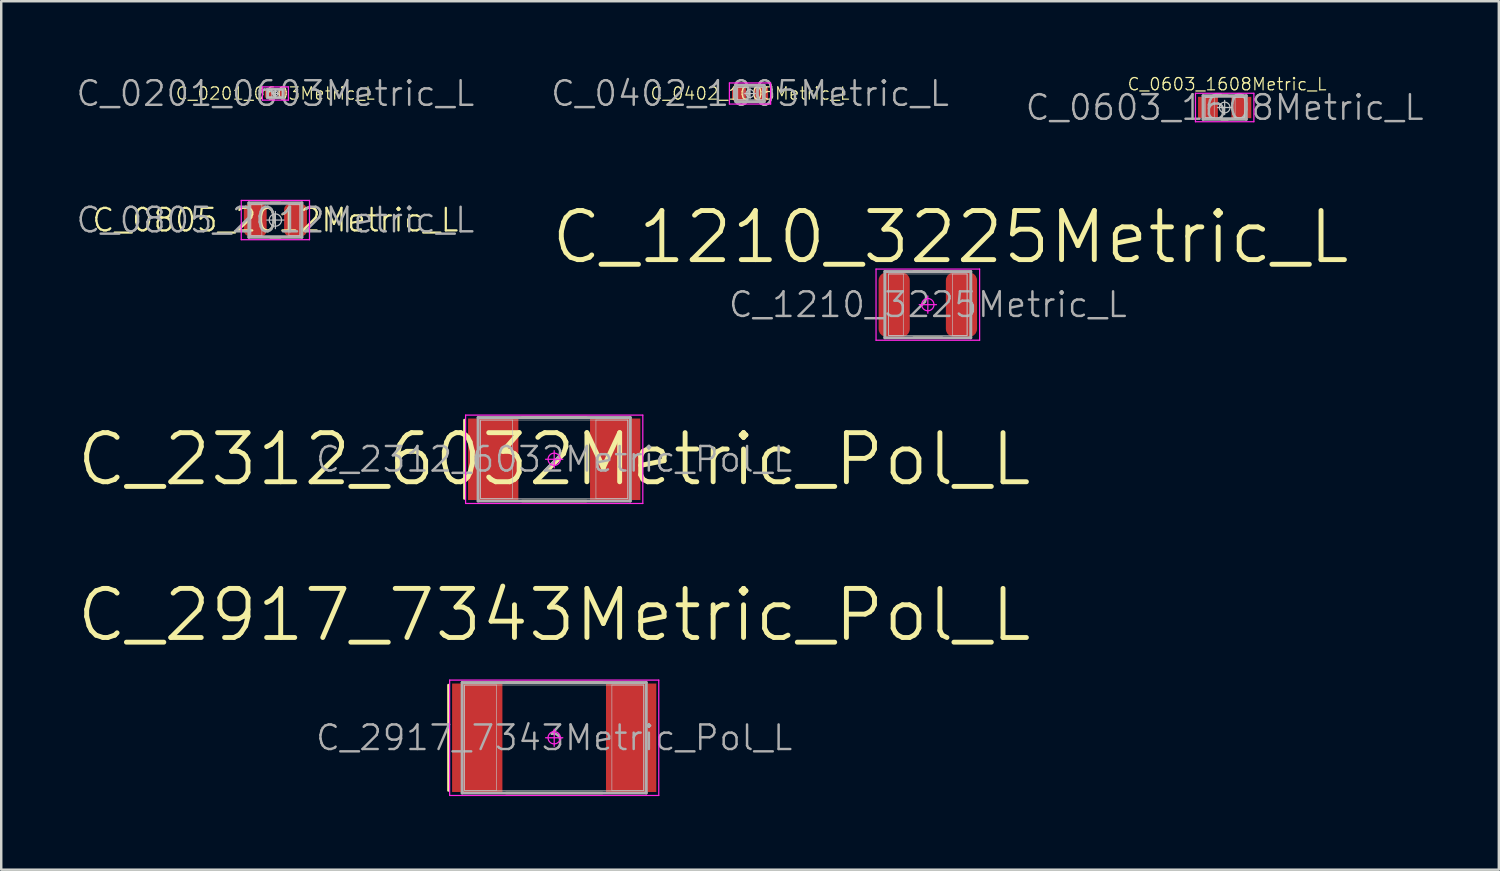
<source format=kicad_pcb>
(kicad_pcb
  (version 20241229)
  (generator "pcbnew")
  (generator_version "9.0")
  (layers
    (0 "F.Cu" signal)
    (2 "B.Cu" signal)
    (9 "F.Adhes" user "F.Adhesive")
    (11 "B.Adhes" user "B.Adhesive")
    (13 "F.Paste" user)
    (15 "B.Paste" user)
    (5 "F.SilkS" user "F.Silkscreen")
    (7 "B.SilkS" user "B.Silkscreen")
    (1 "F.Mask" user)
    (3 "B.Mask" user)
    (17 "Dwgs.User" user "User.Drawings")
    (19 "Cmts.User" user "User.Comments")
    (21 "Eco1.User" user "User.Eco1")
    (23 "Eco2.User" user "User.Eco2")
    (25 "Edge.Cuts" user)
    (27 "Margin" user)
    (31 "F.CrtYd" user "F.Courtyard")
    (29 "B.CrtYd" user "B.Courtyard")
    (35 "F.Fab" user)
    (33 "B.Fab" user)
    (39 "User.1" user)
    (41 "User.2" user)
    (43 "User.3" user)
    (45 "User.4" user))
  (footprint "C_2312_6032Metric_Pol_L"
    (layer "F.Cu")
    (at 19.529 15.662)
    (property "Reference" "C_2312_6032Metric_Pol_L" (at 0 0 0) (layer "F.Fab") (effects (font (size 1 1) (thickness 0.1))))
    (attr smd)
    (fp_line (start -3.66 1.6) (end -3.66 -1.6) (stroke (width 0.1) (type solid)) (layer "F.SilkS"))
    (fp_line (start -1.31 -1.7) (end 1.31 -1.7) (stroke (width 0.1) (type solid)) (layer "F.SilkS"))
    (fp_line (start -1.31 1.7) (end 1.31 1.7) (stroke (width 0.1) (type solid)) (layer "F.SilkS"))
    (fp_line (start -3 -1.6) (end -1.7 -1.6) (stroke (width 0.025) (type solid)) (layer "Dwgs.User"))
    (fp_line (start -3 -1.6) (end 3 -1.6) (stroke (width 0.025) (type solid)) (layer "Dwgs.User"))
    (fp_line (start -3 1.6) (end -3 -1.6) (stroke (width 0.025) (type solid)) (layer "Dwgs.User"))
    (fp_line (start -3 1.6) (end -3 -1.6) (stroke (width 0.025) (type solid)) (layer "Dwgs.User"))
    (fp_line (start -1.7 -1.6) (end -1.7 1.6) (stroke (width 0.025) (type solid)) (layer "Dwgs.User"))
    (fp_line (start -1.7 1.6) (end -3 1.6) (stroke (width 0.025) (type solid)) (layer "Dwgs.User"))
    (fp_line (start 1.7 -1.6) (end 3 -1.6) (stroke (width 0.025) (type solid)) (layer "Dwgs.User"))
    (fp_line (start 1.7 1.6) (end 1.7 -1.6) (stroke (width 0.025) (type solid)) (layer "Dwgs.User"))
    (fp_line (start 3 -1.6) (end 3 1.6) (stroke (width 0.025) (type solid)) (layer "Dwgs.User"))
    (fp_line (start 3 -1.6) (end 3 1.6) (stroke (width 0.025) (type solid)) (layer "Dwgs.User"))
    (fp_line (start 3 1.6) (end -3 1.6) (stroke (width 0.025) (type solid)) (layer "Dwgs.User"))
    (fp_line (start 3 1.6) (end 1.7 1.6) (stroke (width 0.025) (type solid)) (layer "Dwgs.User"))
    (fp_line (start -3.61 -1.8) (end 3.61 -1.8) (stroke (width 0.05) (type solid)) (layer "F.CrtYd"))
    (fp_line (start -3.61 1.8) (end -3.61 -1.8) (stroke (width 0.05) (type solid)) (layer "F.CrtYd"))
    (fp_line (start 0 -0.35) (end 0 0.35) (stroke (width 0.05) (type solid)) (layer "F.CrtYd"))
    (fp_line (start 0.35 0) (end -0.35 0) (stroke (width 0.05) (type solid)) (layer "F.CrtYd"))
    (fp_line (start 3.61 -1.8) (end 3.61 1.8) (stroke (width 0.05) (type solid)) (layer "F.CrtYd"))
    (fp_line (start 3.61 1.8) (end -3.61 1.8) (stroke (width 0.05) (type solid)) (layer "F.CrtYd"))
    (fp_circle (center 0 0) (end 0 0.25) (stroke (width 0.05) (type solid)) (fill no) (layer "F.CrtYd"))
    (fp_line (start -3.1 -1.7) (end 3.1 -1.7) (stroke (width 0.12) (type solid)) (layer "F.Fab"))
    (fp_line (start -3.1 1.7) (end -3.1 -1.7) (stroke (width 0.12) (type solid)) (layer "F.Fab"))
    (fp_line (start 3.1 -1.7) (end 3.1 1.7) (stroke (width 0.12) (type solid)) (layer "F.Fab"))
    (fp_line (start 3.1 1.7) (end -3.1 1.7) (stroke (width 0.12) (type solid)) (layer "F.Fab"))
    (fp_text user "${REFERENCE}" (at 0 0 0) (layer "F.SilkS") (effects (font (size 2 2) (thickness 0.2))))
    (pad "1" smd rect (at -2.485 0) (size 2.05 3.32) (layers "F.Cu" "F.Mask" "F.Paste"))
    (pad "2" smd rect (at 2.485 0) (size 2.05 3.32) (layers "F.Cu" "F.Mask" "F.Paste")))
  (footprint "C_0603_1608Metric_L"
    (layer "F.Cu")
    (at 46.845 1.33)
    (property "Reference" "C_0603_1608Metric_L" (at 0 0 0) (layer "F.Fab") (effects (font (size 1 1) (thickness 0.1))))
    (attr smd)
    (fp_line (start -0.125 -0.48) (end 0.125 -0.48) (stroke (width 0.1) (type solid)) (layer "F.SilkS"))
    (fp_line (start -0.125 0.48) (end 0.125 0.48) (stroke (width 0.1) (type solid)) (layer "F.SilkS"))
    (fp_line (start -0.8 -0.4) (end -0.425 -0.4) (stroke (width 0.025) (type solid)) (layer "Dwgs.User"))
    (fp_line (start -0.8 -0.4) (end 0.8 -0.4) (stroke (width 0.025) (type solid)) (layer "Dwgs.User"))
    (fp_line (start -0.8 0.4) (end -0.8 -0.4) (stroke (width 0.025) (type solid)) (layer "Dwgs.User"))
    (fp_line (start -0.8 0.4) (end -0.8 -0.4) (stroke (width 0.025) (type solid)) (layer "Dwgs.User"))
    (fp_line (start -0.425 -0.4) (end -0.425 0.4) (stroke (width 0.025) (type solid)) (layer "Dwgs.User"))
    (fp_line (start -0.425 0.4) (end -0.8 0.4) (stroke (width 0.025) (type solid)) (layer "Dwgs.User"))
    (fp_line (start 0 -0.29) (end 0 0.29) (stroke (width 0.05) (type solid)) (layer "Dwgs.User"))
    (fp_line (start 0.29 0) (end -0.29 0) (stroke (width 0.05) (type solid)) (layer "Dwgs.User"))
    (fp_line (start 0.425 -0.4) (end 0.8 -0.4) (stroke (width 0.025) (type solid)) (layer "Dwgs.User"))
    (fp_line (start 0.425 0.4) (end 0.425 -0.4) (stroke (width 0.025) (type solid)) (layer "Dwgs.User"))
    (fp_line (start 0.8 -0.4) (end 0.8 0.4) (stroke (width 0.025) (type solid)) (layer "Dwgs.User"))
    (fp_line (start 0.8 -0.4) (end 0.8 0.4) (stroke (width 0.025) (type solid)) (layer "Dwgs.User"))
    (fp_line (start 0.8 0.4) (end -0.8 0.4) (stroke (width 0.025) (type solid)) (layer "Dwgs.User"))
    (fp_line (start 0.8 0.4) (end 0.425 0.4) (stroke (width 0.025) (type solid)) (layer "Dwgs.User"))
    (fp_circle (center 0 0) (end 0.217 0) (stroke (width 0.05) (type solid)) (fill no) (layer "Dwgs.User"))
    (fp_line (start -1.19 -0.58) (end 1.19 -0.58) (stroke (width 0.05) (type solid)) (layer "F.CrtYd"))
    (fp_line (start -1.19 0.58) (end -1.19 -0.58) (stroke (width 0.05) (type solid)) (layer "F.CrtYd"))
    (fp_line (start 1.19 -0.58) (end 1.19 0.58) (stroke (width 0.05) (type solid)) (layer "F.CrtYd"))
    (fp_line (start 1.19 0.58) (end -1.19 0.58) (stroke (width 0.05) (type solid)) (layer "F.CrtYd"))
    (fp_line (start -0.88 -0.48) (end 0.88 -0.48) (stroke (width 0.12) (type solid)) (layer "F.Fab"))
    (fp_line (start -0.88 0.48) (end -0.88 -0.48) (stroke (width 0.12) (type solid)) (layer "F.Fab"))
    (fp_line (start 0.88 -0.48) (end 0.88 0.48) (stroke (width 0.12) (type solid)) (layer "F.Fab"))
    (fp_line (start 0.88 0.48) (end -0.88 0.48) (stroke (width 0.12) (type solid)) (layer "F.Fab"))
    (fp_text user "${REFERENCE}" (at 0.1 -0.95 0) (layer "F.SilkS") (effects (font (size 0.5 0.5) (thickness 0.05))))
    (pad "1" smd rect (at -0.68 0) (size 0.81 0.87) (layers "F.Cu" "F.Mask" "F.Paste"))
    (pad "2" smd rect (at 0.68 0) (size 0.81 0.87) (layers "F.Cu" "F.Mask" "F.Paste")))
  (footprint "C_1210_3225Metric_L"
    (layer "F.Cu")
    (at 34.751 9.362)
    (property "Reference" "C_1210_3225Metric_L" (at 0 0 0) (layer "F.Fab") (effects (font (size 1 1) (thickness 0.1))))
    (attr smd)
    (fp_line (start -0.585 -1.35) (end 0.585 -1.35) (stroke (width 0.1) (type solid)) (layer "F.SilkS"))
    (fp_line (start -0.585 1.35) (end 0.585 1.35) (stroke (width 0.1) (type solid)) (layer "F.SilkS"))
    (fp_line (start -1.6 -1.25) (end -1 -1.25) (stroke (width 0.025) (type solid)) (layer "Dwgs.User"))
    (fp_line (start -1.6 -1.25) (end 1.6 -1.25) (stroke (width 0.025) (type solid)) (layer "Dwgs.User"))
    (fp_line (start -1.6 1.25) (end -1.6 -1.25) (stroke (width 0.025) (type solid)) (layer "Dwgs.User"))
    (fp_line (start -1.6 1.25) (end -1.6 -1.25) (stroke (width 0.025) (type solid)) (layer "Dwgs.User"))
    (fp_line (start -1 -1.25) (end -1 1.25) (stroke (width 0.025) (type solid)) (layer "Dwgs.User"))
    (fp_line (start -1 1.25) (end -1.6 1.25) (stroke (width 0.025) (type solid)) (layer "Dwgs.User"))
    (fp_line (start 1 -1.25) (end 1.6 -1.25) (stroke (width 0.025) (type solid)) (layer "Dwgs.User"))
    (fp_line (start 1 1.25) (end 1 -1.25) (stroke (width 0.025) (type solid)) (layer "Dwgs.User"))
    (fp_line (start 1.6 -1.25) (end 1.6 1.25) (stroke (width 0.025) (type solid)) (layer "Dwgs.User"))
    (fp_line (start 1.6 -1.25) (end 1.6 1.25) (stroke (width 0.025) (type solid)) (layer "Dwgs.User"))
    (fp_line (start 1.6 1.25) (end -1.6 1.25) (stroke (width 0.025) (type solid)) (layer "Dwgs.User"))
    (fp_line (start 1.6 1.25) (end 1 1.25) (stroke (width 0.025) (type solid)) (layer "Dwgs.User"))
    (fp_line (start -2.11 -1.45) (end 2.11 -1.45) (stroke (width 0.05) (type solid)) (layer "F.CrtYd"))
    (fp_line (start -2.11 1.45) (end -2.11 -1.45) (stroke (width 0.05) (type solid)) (layer "F.CrtYd"))
    (fp_line (start 0 -0.35) (end 0 0.35) (stroke (width 0.05) (type solid)) (layer "F.CrtYd"))
    (fp_line (start 0.35 0) (end -0.35 0) (stroke (width 0.05) (type solid)) (layer "F.CrtYd"))
    (fp_line (start 2.11 -1.45) (end 2.11 1.45) (stroke (width 0.05) (type solid)) (layer "F.CrtYd"))
    (fp_line (start 2.11 1.45) (end -2.11 1.45) (stroke (width 0.05) (type solid)) (layer "F.CrtYd"))
    (fp_circle (center 0 0) (end 0 0.25) (stroke (width 0.05) (type solid)) (fill no) (layer "F.CrtYd"))
    (fp_line (start -1.75 -1.35) (end 1.75 -1.35) (stroke (width 0.12) (type solid)) (layer "F.Fab"))
    (fp_line (start -1.75 1.35) (end -1.75 -1.35) (stroke (width 0.12) (type solid)) (layer "F.Fab"))
    (fp_line (start 1.75 -1.35) (end 1.75 1.35) (stroke (width 0.12) (type solid)) (layer "F.Fab"))
    (fp_line (start 1.75 1.35) (end -1.75 1.35) (stroke (width 0.12) (type solid)) (layer "F.Fab"))
    (fp_text user "${REFERENCE}" (at 0.925 -2.75 0) (layer "F.SilkS") (effects (font (size 2 2) (thickness 0.2))))
    (pad "1" smd roundrect (at -1.37 0) (size 1.27 2.62) (layers "F.Cu" "F.Mask" "F.Paste") (roundrect_rratio 0.25))
    (pad "2" smd roundrect (at 1.37 0) (size 1.27 2.62) (layers "F.Cu" "F.Mask" "F.Paste") (roundrect_rratio 0.25)))
  (footprint "C_0201_0603Metric_L"
    (layer "F.Cu")
    (at 8.169 0.76)
    (property "Reference" "C_0201_0603Metric_L" (at 0 0 0) (layer "F.Fab") (effects (font (size 1 1) (thickness 0.1))))
    (attr smd)
    (fp_line (start -0.3 -0.15) (end -0.15 -0.15) (stroke (width 0.025) (type solid)) (layer "Dwgs.User"))
    (fp_line (start -0.3 -0.15) (end 0.3 -0.15) (stroke (width 0.025) (type solid)) (layer "Dwgs.User"))
    (fp_line (start -0.3 0.15) (end -0.3 -0.15) (stroke (width 0.025) (type solid)) (layer "Dwgs.User"))
    (fp_line (start -0.3 0.15) (end -0.3 -0.15) (stroke (width 0.025) (type solid)) (layer "Dwgs.User"))
    (fp_line (start -0.15 -0.15) (end -0.15 0.15) (stroke (width 0.025) (type solid)) (layer "Dwgs.User"))
    (fp_line (start -0.15 0.15) (end -0.3 0.15) (stroke (width 0.025) (type solid)) (layer "Dwgs.User"))
    (fp_line (start 0 -0.135) (end 0 0.135) (stroke (width 0.05) (type solid)) (layer "Dwgs.User"))
    (fp_line (start 0.135 0) (end -0.135 0) (stroke (width 0.05) (type solid)) (layer "Dwgs.User"))
    (fp_line (start 0.15 -0.15) (end 0.3 -0.15) (stroke (width 0.025) (type solid)) (layer "Dwgs.User"))
    (fp_line (start 0.15 0.15) (end 0.15 -0.15) (stroke (width 0.025) (type solid)) (layer "Dwgs.User"))
    (fp_line (start 0.3 -0.15) (end 0.3 0.15) (stroke (width 0.025) (type solid)) (layer "Dwgs.User"))
    (fp_line (start 0.3 -0.15) (end 0.3 0.15) (stroke (width 0.025) (type solid)) (layer "Dwgs.User"))
    (fp_line (start 0.3 0.15) (end -0.3 0.15) (stroke (width 0.025) (type solid)) (layer "Dwgs.User"))
    (fp_line (start 0.3 0.15) (end 0.15 0.15) (stroke (width 0.025) (type solid)) (layer "Dwgs.User"))
    (fp_circle (center 0 0) (end 0.101 0) (stroke (width 0.05) (type solid)) (fill no) (layer "Dwgs.User"))
    (fp_line (start -0.53 -0.27) (end 0.53 -0.27) (stroke (width 0.05) (type solid)) (layer "F.CrtYd"))
    (fp_line (start -0.53 0.27) (end -0.53 -0.27) (stroke (width 0.05) (type solid)) (layer "F.CrtYd"))
    (fp_line (start 0.53 -0.27) (end 0.53 0.27) (stroke (width 0.05) (type solid)) (layer "F.CrtYd"))
    (fp_line (start 0.53 0.27) (end -0.53 0.27) (stroke (width 0.05) (type solid)) (layer "F.CrtYd"))
    (fp_line (start -0.32 -0.17) (end 0.32 -0.17) (stroke (width 0.12) (type solid)) (layer "F.Fab"))
    (fp_line (start -0.32 0.17) (end -0.32 -0.17) (stroke (width 0.12) (type solid)) (layer "F.Fab"))
    (fp_line (start 0.32 -0.17) (end 0.32 0.17) (stroke (width 0.12) (type solid)) (layer "F.Fab"))
    (fp_line (start 0.32 0.17) (end -0.32 0.17) (stroke (width 0.12) (type solid)) (layer "F.Fab"))
    (fp_text user "${REFERENCE}" (at 0 0 0) (layer "F.SilkS") (effects (font (size 0.5 0.5) (thickness 0.05))))
    (pad "1" smd rect (at -0.275 0) (size 0.31 0.34) (layers "F.Cu" "F.Mask" "F.Paste"))
    (pad "2" smd rect (at 0.275 0) (size 0.31 0.34) (layers "F.Cu" "F.Mask" "F.Paste")))
  (footprint "C_0402_1005Metric_L"
    (layer "F.Cu")
    (at 27.507 0.76)
    (property "Reference" "C_0402_1005Metric_L" (at 0 0 0) (layer "F.Fab") (effects (font (size 1 1) (thickness 0.1))))
    (attr smd)
    (fp_line (start -0.5 -0.25) (end -0.25 -0.25) (stroke (width 0.025) (type solid)) (layer "Dwgs.User"))
    (fp_line (start -0.5 -0.25) (end 0.5 -0.25) (stroke (width 0.025) (type solid)) (layer "Dwgs.User"))
    (fp_line (start -0.5 0.25) (end -0.5 -0.25) (stroke (width 0.025) (type solid)) (layer "Dwgs.User"))
    (fp_line (start -0.5 0.25) (end -0.5 -0.25) (stroke (width 0.025) (type solid)) (layer "Dwgs.User"))
    (fp_line (start -0.25 -0.25) (end -0.25 0.25) (stroke (width 0.025) (type solid)) (layer "Dwgs.User"))
    (fp_line (start -0.25 0.25) (end -0.5 0.25) (stroke (width 0.025) (type solid)) (layer "Dwgs.User"))
    (fp_line (start 0 -0.215) (end 0 0.215) (stroke (width 0.05) (type solid)) (layer "Dwgs.User"))
    (fp_line (start 0.215 0) (end -0.215 0) (stroke (width 0.05) (type solid)) (layer "Dwgs.User"))
    (fp_line (start 0.25 -0.25) (end 0.5 -0.25) (stroke (width 0.025) (type solid)) (layer "Dwgs.User"))
    (fp_line (start 0.25 0.25) (end 0.25 -0.25) (stroke (width 0.025) (type solid)) (layer "Dwgs.User"))
    (fp_line (start 0.5 -0.25) (end 0.5 0.25) (stroke (width 0.025) (type solid)) (layer "Dwgs.User"))
    (fp_line (start 0.5 -0.25) (end 0.5 0.25) (stroke (width 0.025) (type solid)) (layer "Dwgs.User"))
    (fp_line (start 0.5 0.25) (end -0.5 0.25) (stroke (width 0.025) (type solid)) (layer "Dwgs.User"))
    (fp_line (start 0.5 0.25) (end 0.25 0.25) (stroke (width 0.025) (type solid)) (layer "Dwgs.User"))
    (fp_circle (center 0 0) (end 0.161 0) (stroke (width 0.05) (type solid)) (fill no) (layer "Dwgs.User"))
    (fp_line (start -0.84 -0.43) (end 0.84 -0.43) (stroke (width 0.05) (type solid)) (layer "F.CrtYd"))
    (fp_line (start -0.84 0.43) (end -0.84 -0.43) (stroke (width 0.05) (type solid)) (layer "F.CrtYd"))
    (fp_line (start 0.84 -0.43) (end 0.84 0.43) (stroke (width 0.05) (type solid)) (layer "F.CrtYd"))
    (fp_line (start 0.84 0.43) (end -0.84 0.43) (stroke (width 0.05) (type solid)) (layer "F.CrtYd"))
    (fp_line (start -0.58 -0.33) (end 0.58 -0.33) (stroke (width 0.12) (type solid)) (layer "F.Fab"))
    (fp_line (start -0.58 0.33) (end -0.58 -0.33) (stroke (width 0.12) (type solid)) (layer "F.Fab"))
    (fp_line (start 0.58 -0.33) (end 0.58 0.33) (stroke (width 0.12) (type solid)) (layer "F.Fab"))
    (fp_line (start 0.58 0.33) (end -0.58 0.33) (stroke (width 0.12) (type solid)) (layer "F.Fab"))
    (fp_text user "${REFERENCE}" (at 0 0 0) (layer "F.SilkS") (effects (font (size 0.5 0.5) (thickness 0.05))))
    (pad "1" smd roundrect (at -0.445 0) (size 0.58 0.63) (layers "F.Cu" "F.Mask" "F.Paste") (roundrect_rratio 0.25))
    (pad "2" smd roundrect (at 0.445 0) (size 0.58 0.63) (layers "F.Cu" "F.Mask" "F.Paste") (roundrect_rratio 0.25)))
  (footprint "C_2917_7343Metric_Pol_L"
    (layer "F.Cu")
    (at 19.529 27.008)
    (property "Reference" "C_2917_7343Metric_Pol_L" (at 0 0 0) (layer "F.Fab") (effects (font (size 1 1) (thickness 0.1))))
    (attr smd)
    (fp_line (start -4.31 2.15) (end -4.31 -2.15) (stroke (width 0.1) (type solid)) (layer "F.SilkS"))
    (fp_line (start -1.96 -2.25) (end 1.96 -2.25) (stroke (width 0.1) (type solid)) (layer "F.SilkS"))
    (fp_line (start -1.96 2.25) (end 1.96 2.25) (stroke (width 0.1) (type solid)) (layer "F.SilkS"))
    (fp_line (start -3.65 -2.15) (end -2.35 -2.15) (stroke (width 0.025) (type solid)) (layer "Dwgs.User"))
    (fp_line (start -3.65 -2.15) (end 3.65 -2.15) (stroke (width 0.025) (type solid)) (layer "Dwgs.User"))
    (fp_line (start -3.65 2.15) (end -3.65 -2.15) (stroke (width 0.025) (type solid)) (layer "Dwgs.User"))
    (fp_line (start -3.65 2.15) (end -3.65 -2.15) (stroke (width 0.025) (type solid)) (layer "Dwgs.User"))
    (fp_line (start -2.35 -2.15) (end -2.35 2.15) (stroke (width 0.025) (type solid)) (layer "Dwgs.User"))
    (fp_line (start -2.35 2.15) (end -3.65 2.15) (stroke (width 0.025) (type solid)) (layer "Dwgs.User"))
    (fp_line (start 2.35 -2.15) (end 3.65 -2.15) (stroke (width 0.025) (type solid)) (layer "Dwgs.User"))
    (fp_line (start 2.35 2.15) (end 2.35 -2.15) (stroke (width 0.025) (type solid)) (layer "Dwgs.User"))
    (fp_line (start 3.65 -2.15) (end 3.65 2.15) (stroke (width 0.025) (type solid)) (layer "Dwgs.User"))
    (fp_line (start 3.65 -2.15) (end 3.65 2.15) (stroke (width 0.025) (type solid)) (layer "Dwgs.User"))
    (fp_line (start 3.65 2.15) (end -3.65 2.15) (stroke (width 0.025) (type solid)) (layer "Dwgs.User"))
    (fp_line (start 3.65 2.15) (end 2.35 2.15) (stroke (width 0.025) (type solid)) (layer "Dwgs.User"))
    (fp_line (start -4.26 -2.35) (end 4.26 -2.35) (stroke (width 0.05) (type solid)) (layer "F.CrtYd"))
    (fp_line (start -4.26 2.35) (end -4.26 -2.35) (stroke (width 0.05) (type solid)) (layer "F.CrtYd"))
    (fp_line (start 0 -0.35) (end 0 0.35) (stroke (width 0.05) (type solid)) (layer "F.CrtYd"))
    (fp_line (start 0.35 0) (end -0.35 0) (stroke (width 0.05) (type solid)) (layer "F.CrtYd"))
    (fp_line (start 4.26 -2.35) (end 4.26 2.35) (stroke (width 0.05) (type solid)) (layer "F.CrtYd"))
    (fp_line (start 4.26 2.35) (end -4.26 2.35) (stroke (width 0.05) (type solid)) (layer "F.CrtYd"))
    (fp_circle (center 0 0) (end 0 0.25) (stroke (width 0.05) (type solid)) (fill no) (layer "F.CrtYd"))
    (fp_line (start -3.75 -2.25) (end 3.75 -2.25) (stroke (width 0.12) (type solid)) (layer "F.Fab"))
    (fp_line (start -3.75 2.25) (end -3.75 -2.25) (stroke (width 0.12) (type solid)) (layer "F.Fab"))
    (fp_line (start 3.75 -2.25) (end 3.75 2.25) (stroke (width 0.12) (type solid)) (layer "F.Fab"))
    (fp_line (start 3.75 2.25) (end -3.75 2.25) (stroke (width 0.12) (type solid)) (layer "F.Fab"))
    (fp_text user "${REFERENCE}" (at 0 -5 0) (layer "F.SilkS") (effects (font (size 2 2) (thickness 0.2))))
    (pad "1" smd rect (at -3.135 0) (size 2.05 4.42) (layers "F.Cu" "F.Mask" "F.Paste"))
    (pad "2" smd rect (at 3.135 0) (size 2.05 4.42) (layers "F.Cu" "F.Mask" "F.Paste")))
  (footprint "C_0805_2012Metric_L"
    (layer "F.Cu")
    (at 8.169 5.916)
    (property "Reference" "C_0805_2012Metric_L" (at 0 0 0) (layer "F.Fab") (effects (font (size 1 1) (thickness 0.1))))
    (attr smd)
    (fp_line (start -0.205 -0.7) (end 0.205 -0.7) (stroke (width 0.1) (type solid)) (layer "F.SilkS"))
    (fp_line (start -0.205 0.7) (end 0.205 0.7) (stroke (width 0.1) (type solid)) (layer "F.SilkS"))
    (fp_line (start -1 -0.625) (end -0.55 -0.625) (stroke (width 0.025) (type solid)) (layer "Dwgs.User"))
    (fp_line (start -1 -0.625) (end 1 -0.625) (stroke (width 0.025) (type solid)) (layer "Dwgs.User"))
    (fp_line (start -1 0.625) (end -1 -0.625) (stroke (width 0.025) (type solid)) (layer "Dwgs.User"))
    (fp_line (start -1 0.625) (end -1 -0.625) (stroke (width 0.025) (type solid)) (layer "Dwgs.User"))
    (fp_line (start -0.55 -0.625) (end -0.55 0.625) (stroke (width 0.025) (type solid)) (layer "Dwgs.User"))
    (fp_line (start -0.55 0.625) (end -1 0.625) (stroke (width 0.025) (type solid)) (layer "Dwgs.User"))
    (fp_line (start 0 -0.35) (end 0 0.35) (stroke (width 0.05) (type solid)) (layer "Dwgs.User"))
    (fp_line (start 0.35 0) (end -0.35 0) (stroke (width 0.05) (type solid)) (layer "Dwgs.User"))
    (fp_line (start 0.55 -0.625) (end 1 -0.625) (stroke (width 0.025) (type solid)) (layer "Dwgs.User"))
    (fp_line (start 0.55 0.625) (end 0.55 -0.625) (stroke (width 0.025) (type solid)) (layer "Dwgs.User"))
    (fp_line (start 1 -0.625) (end 1 0.625) (stroke (width 0.025) (type solid)) (layer "Dwgs.User"))
    (fp_line (start 1 -0.625) (end 1 0.625) (stroke (width 0.025) (type solid)) (layer "Dwgs.User"))
    (fp_line (start 1 0.625) (end -1 0.625) (stroke (width 0.025) (type solid)) (layer "Dwgs.User"))
    (fp_line (start 1 0.625) (end 0.55 0.625) (stroke (width 0.025) (type solid)) (layer "Dwgs.User"))
    (fp_circle (center 0 0) (end 0.25 0) (stroke (width 0.05) (type solid)) (fill no) (layer "Dwgs.User"))
    (fp_line (start -1.39 -0.8) (end 1.39 -0.8) (stroke (width 0.05) (type solid)) (layer "F.CrtYd"))
    (fp_line (start -1.39 0.8) (end -1.39 -0.8) (stroke (width 0.05) (type solid)) (layer "F.CrtYd"))
    (fp_line (start 1.39 -0.8) (end 1.39 0.8) (stroke (width 0.05) (type solid)) (layer "F.CrtYd"))
    (fp_line (start 1.39 0.8) (end -1.39 0.8) (stroke (width 0.05) (type solid)) (layer "F.CrtYd"))
    (fp_line (start -1.08 -0.7) (end 1.08 -0.7) (stroke (width 0.12) (type solid)) (layer "F.Fab"))
    (fp_line (start -1.08 0.7) (end -1.08 -0.7) (stroke (width 0.12) (type solid)) (layer "F.Fab"))
    (fp_line (start 1.08 -0.7) (end 1.08 0.7) (stroke (width 0.12) (type solid)) (layer "F.Fab"))
    (fp_line (start 1.08 0.7) (end -1.08 0.7) (stroke (width 0.12) (type solid)) (layer "F.Fab"))
    (fp_text user "${REFERENCE}" (at 0 0 0) (layer "F.SilkS") (effects (font (size 0.92 0.92) (thickness 0.09))))
    (pad "1" smd roundrect (at -0.82 0) (size 0.93 1.32) (layers "F.Cu" "F.Mask" "F.Paste") (roundrect_rratio 0.25))
    (pad "2" smd roundrect (at 0.82 0) (size 0.93 1.32) (layers "F.Cu" "F.Mask" "F.Paste") (roundrect_rratio 0.25)))
  (gr_rect
    (start -3 -3)
    (end 58.014 32.383)
    (stroke (width 0.1) (type default))
    (fill no)
    (layer "Edge.Cuts")))
</source>
